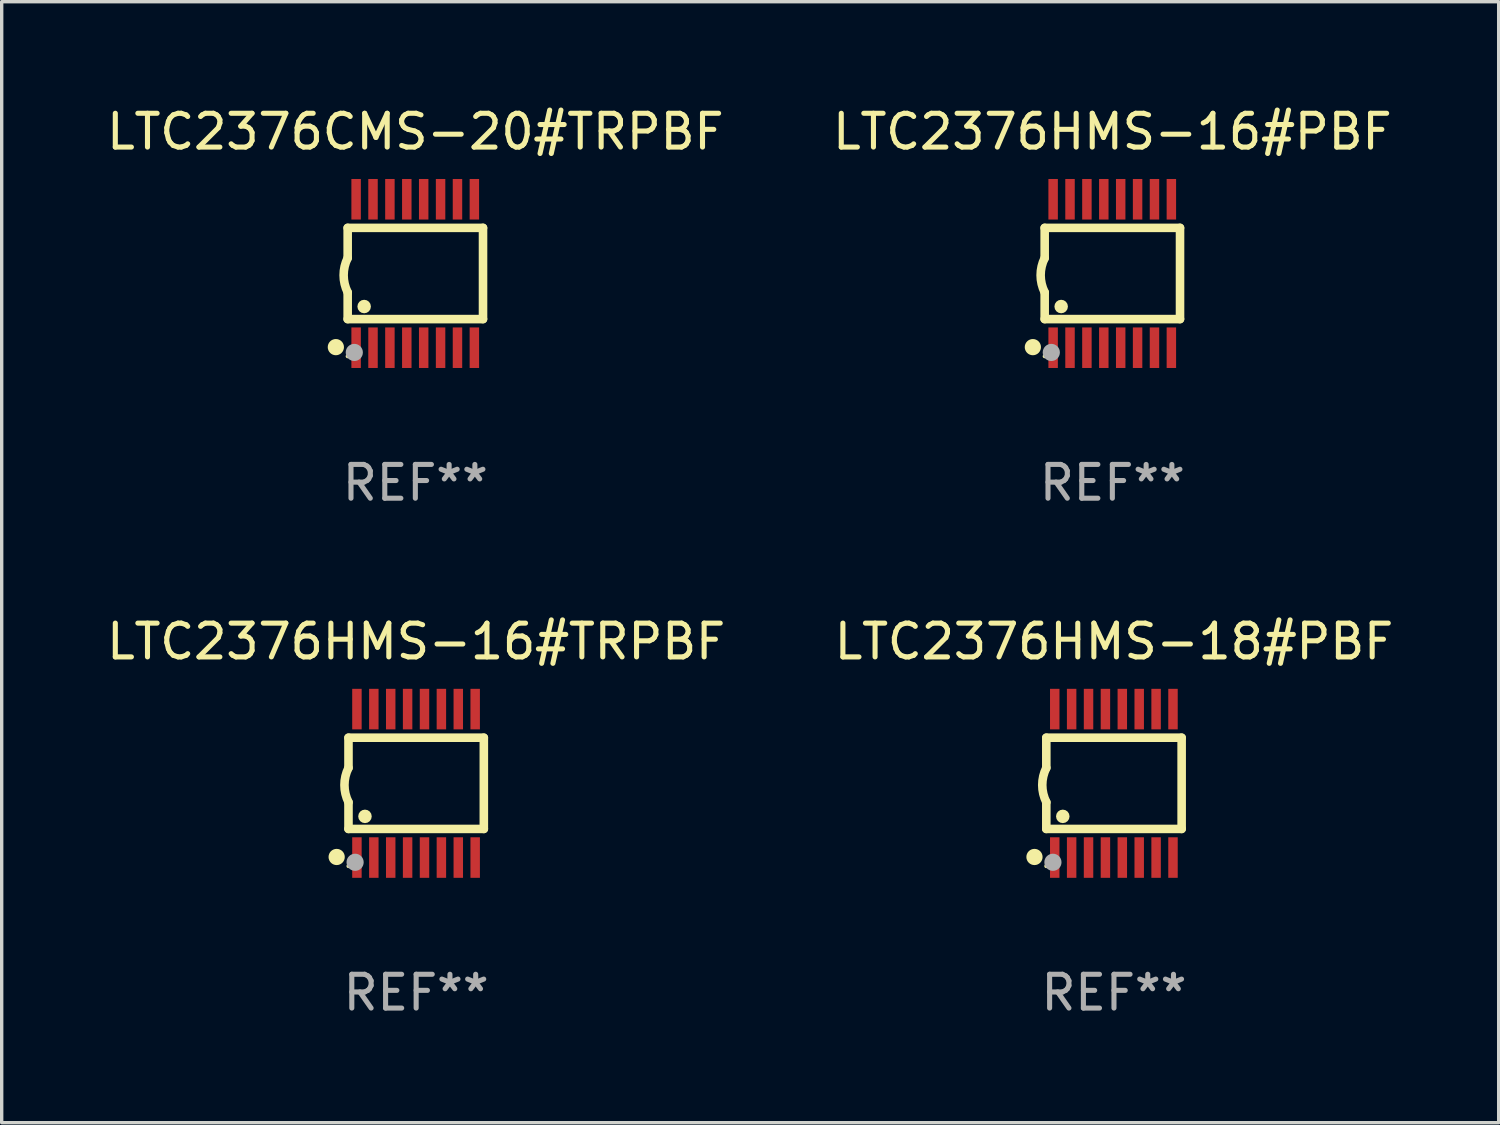
<source format=kicad_pcb>
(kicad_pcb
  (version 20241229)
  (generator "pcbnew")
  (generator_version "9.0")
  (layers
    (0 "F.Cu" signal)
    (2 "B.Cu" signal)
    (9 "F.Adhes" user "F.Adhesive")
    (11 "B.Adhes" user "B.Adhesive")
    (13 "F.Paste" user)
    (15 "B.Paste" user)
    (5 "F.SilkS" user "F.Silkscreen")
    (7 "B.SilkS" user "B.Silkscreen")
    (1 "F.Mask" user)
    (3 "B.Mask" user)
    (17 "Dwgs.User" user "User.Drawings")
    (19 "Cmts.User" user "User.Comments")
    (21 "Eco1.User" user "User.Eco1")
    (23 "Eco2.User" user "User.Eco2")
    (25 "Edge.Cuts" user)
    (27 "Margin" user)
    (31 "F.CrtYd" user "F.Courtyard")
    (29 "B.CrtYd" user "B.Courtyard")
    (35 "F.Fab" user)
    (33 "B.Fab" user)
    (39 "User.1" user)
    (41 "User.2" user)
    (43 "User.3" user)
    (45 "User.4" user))
  (footprint "LTC2376HMS-18#PBF"
    (layer "F.Cu")
    (at 29.923 20.136)
    (property "Reference" "LTC2376HMS-18#PBF" (at 0 -4.197 0) (layer "F.SilkS") (effects (font (size 1 1) (thickness 0.15))))
    (attr through_hole)
    (fp_line (start -2.003 -1.35) (end -2.003 -0.457) (stroke (width 0.254) (type solid)) (layer "F.SilkS"))
    (fp_line (start -2.003 -1.35) (end 2.003 -1.35) (stroke (width 0.254) (type solid)) (layer "F.SilkS"))
    (fp_line (start -2.003 1.35) (end -2.003 0.559) (stroke (width 0.254) (type solid)) (layer "F.SilkS"))
    (fp_line (start -2.003 1.35) (end 2.003 1.35) (stroke (width 0.254) (type solid)) (layer "F.SilkS"))
    (fp_line (start 2.003 -1.35) (end 2.003 1.35) (stroke (width 0.254) (type solid)) (layer "F.SilkS"))
    (fp_arc (start -2.002286 0.558802) (mid -2.122556 0.05092) (end -2.003302 -0.457201) (stroke (width 0.254001) (type solid)) (layer "F.SilkS"))
    (fp_circle (center -2.353 2.18) (end -2.233 2.18) (stroke (width 0.24) (type solid)) (fill no) (layer "F.SilkS"))
    (fp_circle (center -2.003 2.45) (end -1.973 2.45) (stroke (width 0.06) (type solid)) (fill no) (layer "F.SilkS"))
    (fp_circle (center -1.515 0.978) (end -1.415 0.978) (stroke (width 0.2) (type solid)) (fill no) (layer "F.SilkS"))
    (fp_circle (center -1.807 2.337) (end -1.68 2.337) (stroke (width 0.254) (type solid)) (fill no) (layer "F.Fab"))
    (fp_text user "REF**" (at 0 6.197 0) (layer "F.Fab") (effects (font (size 1 1) (thickness 0.15))))
    (pad "1" smd rect (at -1.753 2.197 90) (size 1.2 0.28) (layers "F.Cu" "F.Mask" "F.Paste"))
    (pad "2" smd rect (at -1.253 2.197 90) (size 1.2 0.28) (layers "F.Cu" "F.Mask" "F.Paste"))
    (pad "3" smd rect (at -0.753 2.197 90) (size 1.2 0.28) (layers "F.Cu" "F.Mask" "F.Paste"))
    (pad "4" smd rect (at -0.253 2.197 90) (size 1.2 0.28) (layers "F.Cu" "F.Mask" "F.Paste"))
    (pad "5" smd rect (at 0.247 2.197 90) (size 1.2 0.28) (layers "F.Cu" "F.Mask" "F.Paste"))
    (pad "6" smd rect (at 0.747 2.197 90) (size 1.2 0.28) (layers "F.Cu" "F.Mask" "F.Paste"))
    (pad "7" smd rect (at 1.247 2.197 90) (size 1.2 0.28) (layers "F.Cu" "F.Mask" "F.Paste"))
    (pad "8" smd rect (at 1.747 2.197 90) (size 1.2 0.28) (layers "F.Cu" "F.Mask" "F.Paste"))
    (pad "9" smd rect (at 1.747 -2.197 90) (size 1.2 0.28) (layers "F.Cu" "F.Mask" "F.Paste"))
    (pad "10" smd rect (at 1.247 -2.197 90) (size 1.2 0.28) (layers "F.Cu" "F.Mask" "F.Paste"))
    (pad "11" smd rect (at 0.747 -2.197 90) (size 1.2 0.28) (layers "F.Cu" "F.Mask" "F.Paste"))
    (pad "12" smd rect (at 0.247 -2.197 90) (size 1.2 0.28) (layers "F.Cu" "F.Mask" "F.Paste"))
    (pad "13" smd rect (at -0.253 -2.197 90) (size 1.2 0.28) (layers "F.Cu" "F.Mask" "F.Paste"))
    (pad "14" smd rect (at -0.753 -2.197 90) (size 1.2 0.28) (layers "F.Cu" "F.Mask" "F.Paste"))
    (pad "15" smd rect (at -1.253 -2.197 90) (size 1.2 0.28) (layers "F.Cu" "F.Mask" "F.Paste"))
    (pad "16" smd rect (at -1.753 -2.197 90) (size 1.2 0.28) (layers "F.Cu" "F.Mask" "F.Paste")))
  (footprint "LTC2376CMS-20#TRPBF"
    (layer "F.Cu")
    (at 9.244 5.045)
    (property "Reference" "LTC2376CMS-20#TRPBF" (at 0 -4.197 0) (layer "F.SilkS") (effects (font (size 1 1) (thickness 0.15))))
    (attr through_hole)
    (fp_line (start -2.003 -1.35) (end -2.003 -0.457) (stroke (width 0.254) (type solid)) (layer "F.SilkS"))
    (fp_line (start -2.003 -1.35) (end 2.003 -1.35) (stroke (width 0.254) (type solid)) (layer "F.SilkS"))
    (fp_line (start -2.003 1.35) (end -2.003 0.559) (stroke (width 0.254) (type solid)) (layer "F.SilkS"))
    (fp_line (start -2.003 1.35) (end 2.003 1.35) (stroke (width 0.254) (type solid)) (layer "F.SilkS"))
    (fp_line (start 2.003 -1.35) (end 2.003 1.35) (stroke (width 0.254) (type solid)) (layer "F.SilkS"))
    (fp_arc (start -2.002286 0.558802) (mid -2.122556 0.05092) (end -2.003302 -0.457201) (stroke (width 0.254001) (type solid)) (layer "F.SilkS"))
    (fp_circle (center -2.353 2.18) (end -2.233 2.18) (stroke (width 0.24) (type solid)) (fill no) (layer "F.SilkS"))
    (fp_circle (center -2.003 2.45) (end -1.973 2.45) (stroke (width 0.06) (type solid)) (fill no) (layer "F.SilkS"))
    (fp_circle (center -1.515 0.978) (end -1.415 0.978) (stroke (width 0.2) (type solid)) (fill no) (layer "F.SilkS"))
    (fp_circle (center -1.807 2.337) (end -1.68 2.337) (stroke (width 0.254) (type solid)) (fill no) (layer "F.Fab"))
    (fp_text user "REF**" (at 0 6.197 0) (layer "F.Fab") (effects (font (size 1 1) (thickness 0.15))))
    (pad "1" smd rect (at -1.753 2.197 90) (size 1.2 0.28) (layers "F.Cu" "F.Mask" "F.Paste"))
    (pad "2" smd rect (at -1.253 2.197 90) (size 1.2 0.28) (layers "F.Cu" "F.Mask" "F.Paste"))
    (pad "3" smd rect (at -0.753 2.197 90) (size 1.2 0.28) (layers "F.Cu" "F.Mask" "F.Paste"))
    (pad "4" smd rect (at -0.253 2.197 90) (size 1.2 0.28) (layers "F.Cu" "F.Mask" "F.Paste"))
    (pad "5" smd rect (at 0.247 2.197 90) (size 1.2 0.28) (layers "F.Cu" "F.Mask" "F.Paste"))
    (pad "6" smd rect (at 0.747 2.197 90) (size 1.2 0.28) (layers "F.Cu" "F.Mask" "F.Paste"))
    (pad "7" smd rect (at 1.247 2.197 90) (size 1.2 0.28) (layers "F.Cu" "F.Mask" "F.Paste"))
    (pad "8" smd rect (at 1.747 2.197 90) (size 1.2 0.28) (layers "F.Cu" "F.Mask" "F.Paste"))
    (pad "9" smd rect (at 1.747 -2.197 90) (size 1.2 0.28) (layers "F.Cu" "F.Mask" "F.Paste"))
    (pad "10" smd rect (at 1.247 -2.197 90) (size 1.2 0.28) (layers "F.Cu" "F.Mask" "F.Paste"))
    (pad "11" smd rect (at 0.747 -2.197 90) (size 1.2 0.28) (layers "F.Cu" "F.Mask" "F.Paste"))
    (pad "12" smd rect (at 0.247 -2.197 90) (size 1.2 0.28) (layers "F.Cu" "F.Mask" "F.Paste"))
    (pad "13" smd rect (at -0.253 -2.197 90) (size 1.2 0.28) (layers "F.Cu" "F.Mask" "F.Paste"))
    (pad "14" smd rect (at -0.753 -2.197 90) (size 1.2 0.28) (layers "F.Cu" "F.Mask" "F.Paste"))
    (pad "15" smd rect (at -1.253 -2.197 90) (size 1.2 0.28) (layers "F.Cu" "F.Mask" "F.Paste"))
    (pad "16" smd rect (at -1.753 -2.197 90) (size 1.2 0.28) (layers "F.Cu" "F.Mask" "F.Paste")))
  (footprint "LTC2376HMS-16#PBF"
    (layer "F.Cu")
    (at 29.875 5.045)
    (property "Reference" "LTC2376HMS-16#PBF" (at 0 -4.197 0) (layer "F.SilkS") (effects (font (size 1 1) (thickness 0.15))))
    (attr through_hole)
    (fp_line (start -2.003 -1.35) (end -2.003 -0.457) (stroke (width 0.254) (type solid)) (layer "F.SilkS"))
    (fp_line (start -2.003 -1.35) (end 2.003 -1.35) (stroke (width 0.254) (type solid)) (layer "F.SilkS"))
    (fp_line (start -2.003 1.35) (end -2.003 0.559) (stroke (width 0.254) (type solid)) (layer "F.SilkS"))
    (fp_line (start -2.003 1.35) (end 2.003 1.35) (stroke (width 0.254) (type solid)) (layer "F.SilkS"))
    (fp_line (start 2.003 -1.35) (end 2.003 1.35) (stroke (width 0.254) (type solid)) (layer "F.SilkS"))
    (fp_arc (start -2.002286 0.558802) (mid -2.122556 0.05092) (end -2.003302 -0.457201) (stroke (width 0.254001) (type solid)) (layer "F.SilkS"))
    (fp_circle (center -2.353 2.18) (end -2.233 2.18) (stroke (width 0.24) (type solid)) (fill no) (layer "F.SilkS"))
    (fp_circle (center -2.003 2.45) (end -1.973 2.45) (stroke (width 0.06) (type solid)) (fill no) (layer "F.SilkS"))
    (fp_circle (center -1.515 0.978) (end -1.415 0.978) (stroke (width 0.2) (type solid)) (fill no) (layer "F.SilkS"))
    (fp_circle (center -1.807 2.337) (end -1.68 2.337) (stroke (width 0.254) (type solid)) (fill no) (layer "F.Fab"))
    (fp_text user "REF**" (at 0 6.197 0) (layer "F.Fab") (effects (font (size 1 1) (thickness 0.15))))
    (pad "1" smd rect (at -1.753 2.197 90) (size 1.2 0.28) (layers "F.Cu" "F.Mask" "F.Paste"))
    (pad "2" smd rect (at -1.253 2.197 90) (size 1.2 0.28) (layers "F.Cu" "F.Mask" "F.Paste"))
    (pad "3" smd rect (at -0.753 2.197 90) (size 1.2 0.28) (layers "F.Cu" "F.Mask" "F.Paste"))
    (pad "4" smd rect (at -0.253 2.197 90) (size 1.2 0.28) (layers "F.Cu" "F.Mask" "F.Paste"))
    (pad "5" smd rect (at 0.247 2.197 90) (size 1.2 0.28) (layers "F.Cu" "F.Mask" "F.Paste"))
    (pad "6" smd rect (at 0.747 2.197 90) (size 1.2 0.28) (layers "F.Cu" "F.Mask" "F.Paste"))
    (pad "7" smd rect (at 1.247 2.197 90) (size 1.2 0.28) (layers "F.Cu" "F.Mask" "F.Paste"))
    (pad "8" smd rect (at 1.747 2.197 90) (size 1.2 0.28) (layers "F.Cu" "F.Mask" "F.Paste"))
    (pad "9" smd rect (at 1.747 -2.197 90) (size 1.2 0.28) (layers "F.Cu" "F.Mask" "F.Paste"))
    (pad "10" smd rect (at 1.247 -2.197 90) (size 1.2 0.28) (layers "F.Cu" "F.Mask" "F.Paste"))
    (pad "11" smd rect (at 0.747 -2.197 90) (size 1.2 0.28) (layers "F.Cu" "F.Mask" "F.Paste"))
    (pad "12" smd rect (at 0.247 -2.197 90) (size 1.2 0.28) (layers "F.Cu" "F.Mask" "F.Paste"))
    (pad "13" smd rect (at -0.253 -2.197 90) (size 1.2 0.28) (layers "F.Cu" "F.Mask" "F.Paste"))
    (pad "14" smd rect (at -0.753 -2.197 90) (size 1.2 0.28) (layers "F.Cu" "F.Mask" "F.Paste"))
    (pad "15" smd rect (at -1.253 -2.197 90) (size 1.2 0.28) (layers "F.Cu" "F.Mask" "F.Paste"))
    (pad "16" smd rect (at -1.753 -2.197 90) (size 1.2 0.28) (layers "F.Cu" "F.Mask" "F.Paste")))
  (footprint "LTC2376HMS-16#TRPBF"
    (layer "F.Cu")
    (at 9.268 20.136)
    (property "Reference" "LTC2376HMS-16#TRPBF" (at 0 -4.197 0) (layer "F.SilkS") (effects (font (size 1 1) (thickness 0.15))))
    (attr through_hole)
    (fp_line (start -2.003 -1.35) (end -2.003 -0.457) (stroke (width 0.254) (type solid)) (layer "F.SilkS"))
    (fp_line (start -2.003 -1.35) (end 2.003 -1.35) (stroke (width 0.254) (type solid)) (layer "F.SilkS"))
    (fp_line (start -2.003 1.35) (end -2.003 0.559) (stroke (width 0.254) (type solid)) (layer "F.SilkS"))
    (fp_line (start -2.003 1.35) (end 2.003 1.35) (stroke (width 0.254) (type solid)) (layer "F.SilkS"))
    (fp_line (start 2.003 -1.35) (end 2.003 1.35) (stroke (width 0.254) (type solid)) (layer "F.SilkS"))
    (fp_arc (start -2.002286 0.558802) (mid -2.122556 0.05092) (end -2.003302 -0.457201) (stroke (width 0.254001) (type solid)) (layer "F.SilkS"))
    (fp_circle (center -2.353 2.18) (end -2.233 2.18) (stroke (width 0.24) (type solid)) (fill no) (layer "F.SilkS"))
    (fp_circle (center -2.003 2.45) (end -1.973 2.45) (stroke (width 0.06) (type solid)) (fill no) (layer "F.SilkS"))
    (fp_circle (center -1.515 0.978) (end -1.415 0.978) (stroke (width 0.2) (type solid)) (fill no) (layer "F.SilkS"))
    (fp_circle (center -1.807 2.337) (end -1.68 2.337) (stroke (width 0.254) (type solid)) (fill no) (layer "F.Fab"))
    (fp_text user "REF**" (at 0 6.197 0) (layer "F.Fab") (effects (font (size 1 1) (thickness 0.15))))
    (pad "1" smd rect (at -1.753 2.197 90) (size 1.2 0.28) (layers "F.Cu" "F.Mask" "F.Paste"))
    (pad "2" smd rect (at -1.253 2.197 90) (size 1.2 0.28) (layers "F.Cu" "F.Mask" "F.Paste"))
    (pad "3" smd rect (at -0.753 2.197 90) (size 1.2 0.28) (layers "F.Cu" "F.Mask" "F.Paste"))
    (pad "4" smd rect (at -0.253 2.197 90) (size 1.2 0.28) (layers "F.Cu" "F.Mask" "F.Paste"))
    (pad "5" smd rect (at 0.247 2.197 90) (size 1.2 0.28) (layers "F.Cu" "F.Mask" "F.Paste"))
    (pad "6" smd rect (at 0.747 2.197 90) (size 1.2 0.28) (layers "F.Cu" "F.Mask" "F.Paste"))
    (pad "7" smd rect (at 1.247 2.197 90) (size 1.2 0.28) (layers "F.Cu" "F.Mask" "F.Paste"))
    (pad "8" smd rect (at 1.747 2.197 90) (size 1.2 0.28) (layers "F.Cu" "F.Mask" "F.Paste"))
    (pad "9" smd rect (at 1.747 -2.197 90) (size 1.2 0.28) (layers "F.Cu" "F.Mask" "F.Paste"))
    (pad "10" smd rect (at 1.247 -2.197 90) (size 1.2 0.28) (layers "F.Cu" "F.Mask" "F.Paste"))
    (pad "11" smd rect (at 0.747 -2.197 90) (size 1.2 0.28) (layers "F.Cu" "F.Mask" "F.Paste"))
    (pad "12" smd rect (at 0.247 -2.197 90) (size 1.2 0.28) (layers "F.Cu" "F.Mask" "F.Paste"))
    (pad "13" smd rect (at -0.253 -2.197 90) (size 1.2 0.28) (layers "F.Cu" "F.Mask" "F.Paste"))
    (pad "14" smd rect (at -0.753 -2.197 90) (size 1.2 0.28) (layers "F.Cu" "F.Mask" "F.Paste"))
    (pad "15" smd rect (at -1.253 -2.197 90) (size 1.2 0.28) (layers "F.Cu" "F.Mask" "F.Paste"))
    (pad "16" smd rect (at -1.753 -2.197 90) (size 1.2 0.28) (layers "F.Cu" "F.Mask" "F.Paste")))
  (gr_rect
    (start -3 -3)
    (end 41.31 30.181)
    (stroke (width 0.1) (type default))
    (fill no)
    (layer "Edge.Cuts")))
</source>
